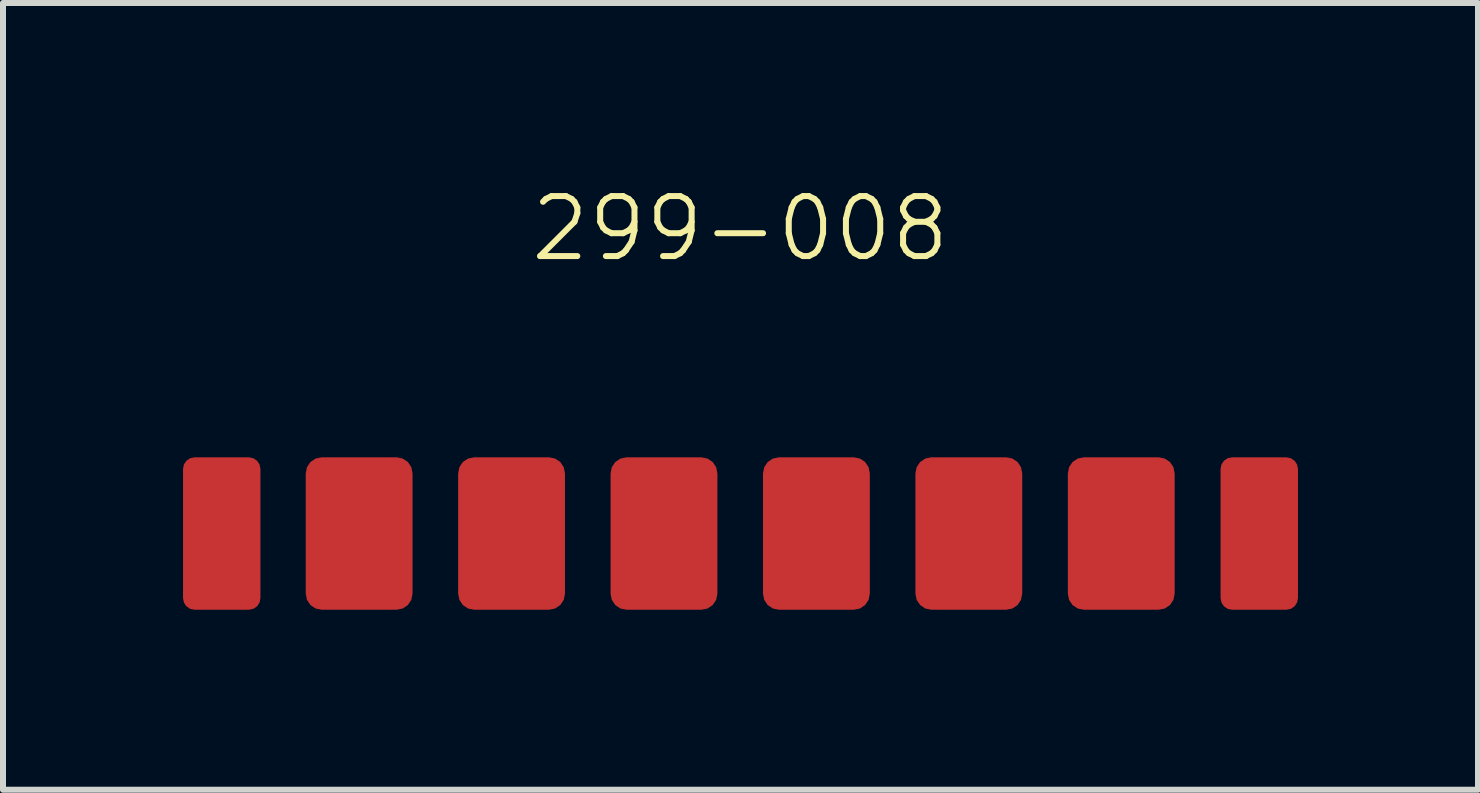
<source format=kicad_pcb>
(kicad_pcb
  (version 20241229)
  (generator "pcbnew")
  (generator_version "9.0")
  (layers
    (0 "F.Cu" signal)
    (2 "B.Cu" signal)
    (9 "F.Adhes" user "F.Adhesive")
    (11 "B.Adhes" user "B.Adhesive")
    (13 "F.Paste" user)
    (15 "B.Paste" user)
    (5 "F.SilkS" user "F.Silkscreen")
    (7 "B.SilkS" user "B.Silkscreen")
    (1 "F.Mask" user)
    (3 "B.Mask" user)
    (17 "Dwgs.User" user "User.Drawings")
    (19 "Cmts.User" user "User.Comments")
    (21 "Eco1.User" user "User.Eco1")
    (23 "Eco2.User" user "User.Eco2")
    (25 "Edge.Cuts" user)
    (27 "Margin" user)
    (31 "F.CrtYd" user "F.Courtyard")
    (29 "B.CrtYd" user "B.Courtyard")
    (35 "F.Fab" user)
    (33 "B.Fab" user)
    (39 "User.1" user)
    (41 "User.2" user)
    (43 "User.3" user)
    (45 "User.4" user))
  (footprint "299-008"
    (layer "F.Cu")
    (at 9.285 5.523)
    (property "Reference" "299-008" (at 0 -4.763 0) (layer "F.SilkS") (effects (font (size 1 1) (thickness 0.1))))
    (attr smd)
    (pad "1" smd roundrect (at -8.64 0.318) (size 1.29 2.54) (layers "F.Cu" "F.Mask" "F.Paste") (roundrect_rratio 0.15))
    (pad "2" smd roundrect (at -6.35 0.318) (size 1.78 2.54) (layers "F.Cu" "F.Mask" "F.Paste") (roundrect_rratio 0.15))
    (pad "3" smd roundrect (at -3.81 0.318) (size 1.78 2.54) (layers "F.Cu" "F.Mask" "F.Paste") (roundrect_rratio 0.15))
    (pad "4" smd roundrect (at -1.27 0.318) (size 1.78 2.54) (layers "F.Cu" "F.Mask" "F.Paste") (roundrect_rratio 0.15))
    (pad "5" smd roundrect (at 1.27 0.318) (size 1.78 2.54) (layers "F.Cu" "F.Mask" "F.Paste") (roundrect_rratio 0.15))
    (pad "6" smd roundrect (at 3.81 0.318) (size 1.78 2.54) (layers "F.Cu" "F.Mask" "F.Paste") (roundrect_rratio 0.15))
    (pad "7" smd roundrect (at 6.35 0.318) (size 1.78 2.54) (layers "F.Cu" "F.Mask" "F.Paste") (roundrect_rratio 0.15))
    (pad "8" smd roundrect (at 8.65 0.318) (size 1.29 2.54) (layers "F.Cu" "F.Mask" "F.Paste") (roundrect_rratio 0.15)))
  (gr_rect
    (start -3 -3)
    (end 21.58 10.111)
    (stroke (width 0.1) (type default))
    (fill no)
    (layer "Edge.Cuts")))
</source>
